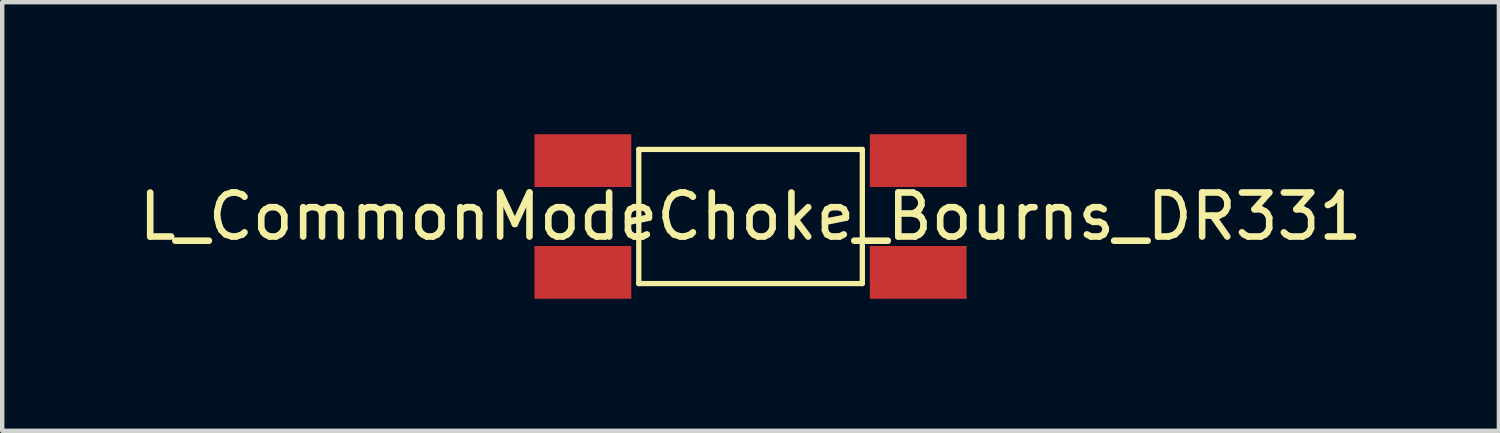
<source format=kicad_pcb>
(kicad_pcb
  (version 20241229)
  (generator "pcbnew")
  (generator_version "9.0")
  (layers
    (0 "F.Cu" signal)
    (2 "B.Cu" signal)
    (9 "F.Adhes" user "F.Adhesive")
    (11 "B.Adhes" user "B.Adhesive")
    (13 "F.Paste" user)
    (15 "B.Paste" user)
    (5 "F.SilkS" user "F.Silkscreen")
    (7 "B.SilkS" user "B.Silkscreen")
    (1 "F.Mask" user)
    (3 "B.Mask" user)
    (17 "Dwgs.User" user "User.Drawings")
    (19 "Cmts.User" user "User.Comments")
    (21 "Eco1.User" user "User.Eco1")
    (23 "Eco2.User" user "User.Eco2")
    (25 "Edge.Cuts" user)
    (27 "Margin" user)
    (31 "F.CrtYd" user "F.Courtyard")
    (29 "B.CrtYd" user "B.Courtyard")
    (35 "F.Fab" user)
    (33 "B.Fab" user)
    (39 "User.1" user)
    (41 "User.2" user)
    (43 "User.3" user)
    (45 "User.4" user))
  (footprint "L_CommonModeChoke_Bourns_DR331"
    (layer "F.Cu")
    (at 10.196 0.6)
    (property "Reference" "L_CommonModeChoke_Bourns_DR331" (at 3.81 1.27 0) (layer "F.SilkS") (effects (font (size 1 1) (thickness 0.15))))
    (attr through_hole)
    (fp_line (start 1.27 -0.254) (end 1.27 2.794) (stroke (width 0.12) (type solid)) (layer "F.SilkS"))
    (fp_line (start 1.27 -0.254) (end 6.35 -0.254) (stroke (width 0.12) (type solid)) (layer "F.SilkS"))
    (fp_line (start 6.35 -0.254) (end 6.35 2.794) (stroke (width 0.12) (type solid)) (layer "F.SilkS"))
    (fp_line (start 6.35 2.794) (end 1.27 2.794) (stroke (width 0.12) (type solid)) (layer "F.SilkS"))
    (pad "1" smd rect (at 0 0) (size 2.2 1.2) (layers "F.Cu" "F.Mask" "F.Paste"))
    (pad "2" smd rect (at 0 2.54) (size 2.2 1.2) (layers "F.Cu" "F.Mask" "F.Paste"))
    (pad "3" smd rect (at 7.62 2.54) (size 2.2 1.2) (layers "F.Cu" "F.Mask" "F.Paste"))
    (pad "4" smd rect (at 7.62 0) (size 2.2 1.2) (layers "F.Cu" "F.Mask" "F.Paste")))
  (gr_rect
    (start -3 -3)
    (end 31.012 6.74)
    (stroke (width 0.1) (type default))
    (fill no)
    (layer "Edge.Cuts")))
</source>
